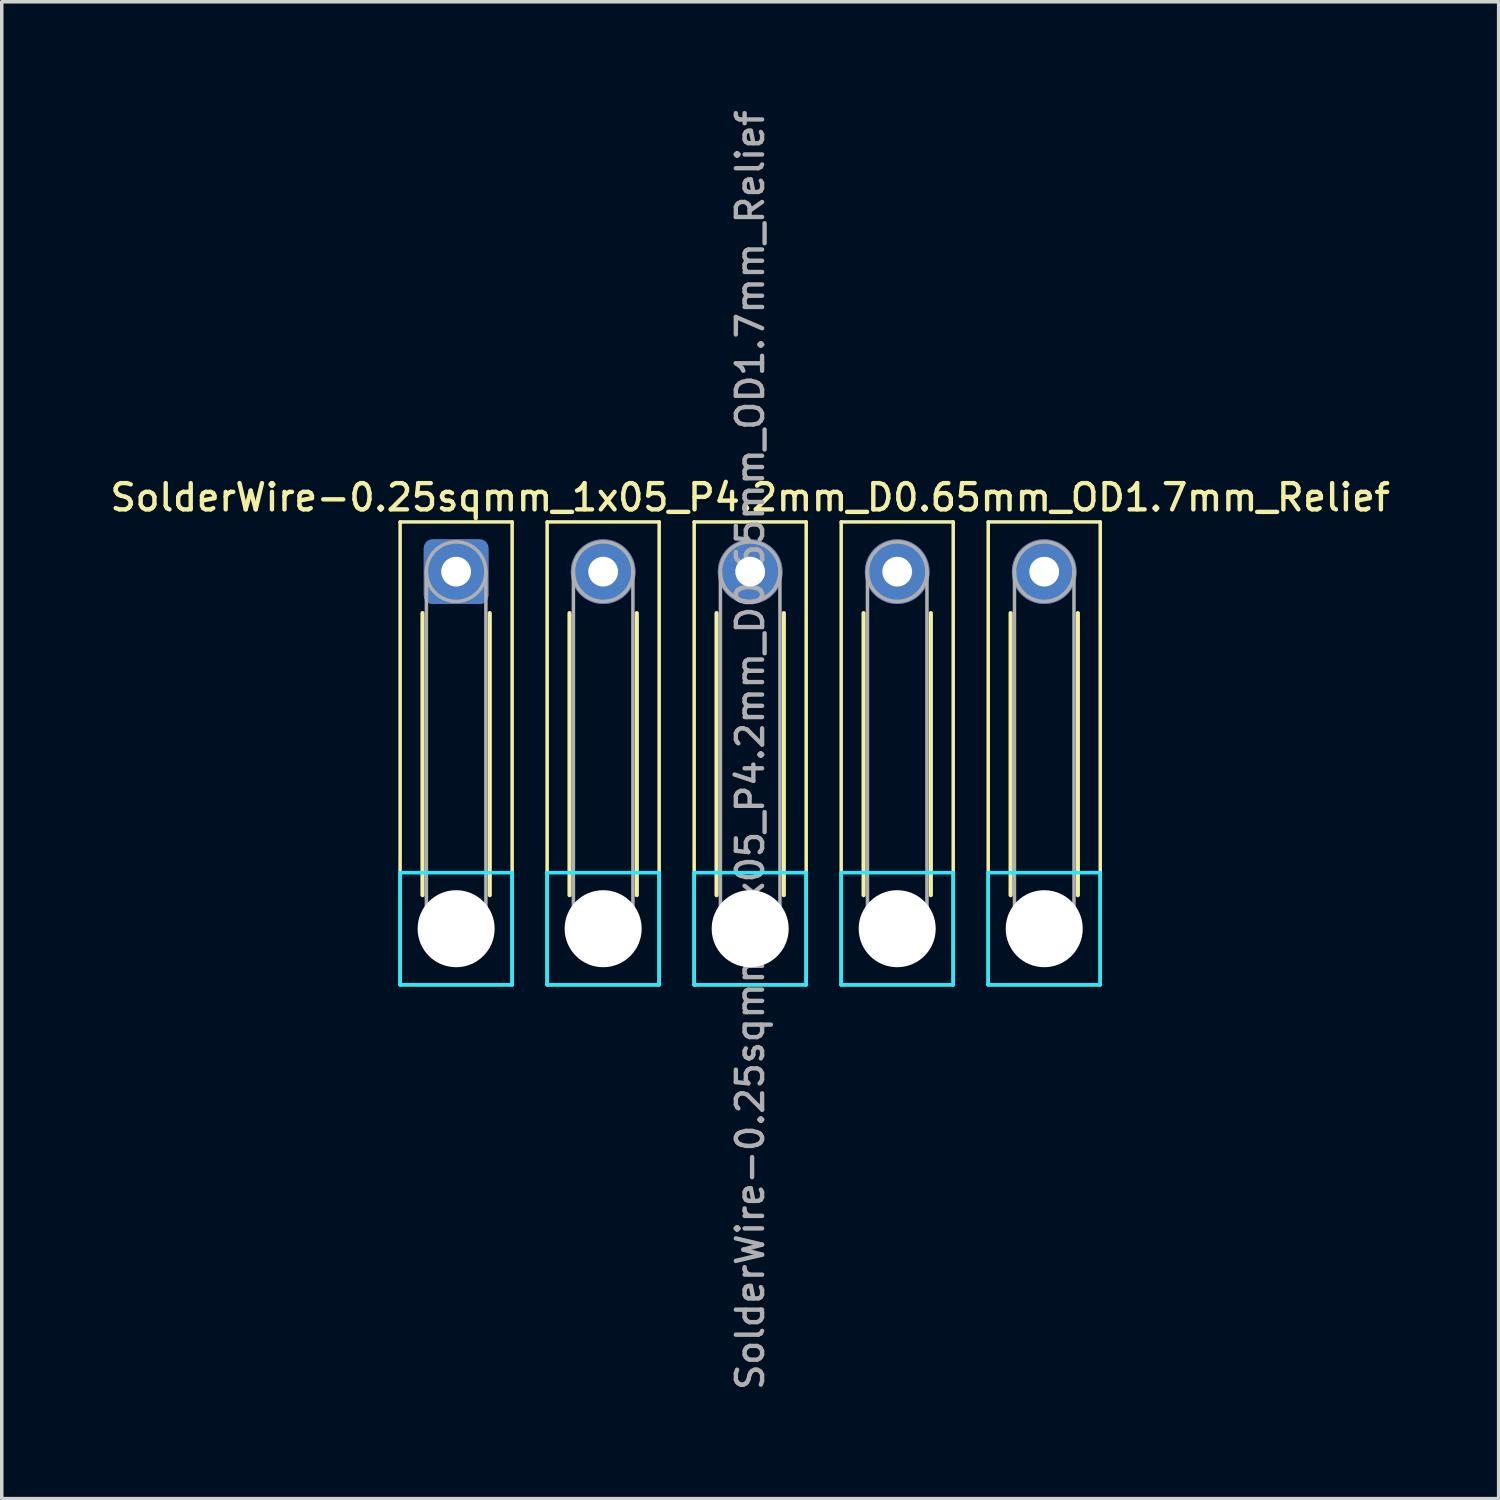
<source format=kicad_pcb>
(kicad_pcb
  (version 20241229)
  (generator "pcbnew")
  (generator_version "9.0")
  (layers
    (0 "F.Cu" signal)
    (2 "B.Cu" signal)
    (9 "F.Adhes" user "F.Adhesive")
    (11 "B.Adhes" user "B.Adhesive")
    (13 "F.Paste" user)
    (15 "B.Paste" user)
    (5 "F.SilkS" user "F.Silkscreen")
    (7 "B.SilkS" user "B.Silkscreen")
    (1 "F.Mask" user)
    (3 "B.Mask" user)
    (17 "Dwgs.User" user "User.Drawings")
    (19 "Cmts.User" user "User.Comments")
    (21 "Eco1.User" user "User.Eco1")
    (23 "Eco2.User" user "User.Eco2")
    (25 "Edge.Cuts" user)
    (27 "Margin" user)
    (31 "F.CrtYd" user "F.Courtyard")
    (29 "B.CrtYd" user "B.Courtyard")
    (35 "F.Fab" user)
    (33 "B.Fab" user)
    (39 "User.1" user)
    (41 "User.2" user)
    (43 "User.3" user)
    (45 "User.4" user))
  (footprint "SolderWire-0.25sqmm_1x05_P4.2mm_D0.65mm_OD1.7mm_Relief"
    (layer "F.Cu")
    (at 9.98 13.28)
    (property "Reference" "SolderWire-0.25sqmm_1x05_P4.2mm_D0.65mm_OD1.7mm_Relief" (at 8.4 -2.12 0) (layer "F.SilkS") (effects (font (size 0.75 0.75) (thickness 0.125))))
    (attr exclude_from_pos_files exclude_from_bom)
    (fp_line (start -1.6 -1.42) (end -1.6 11.8) (stroke (width 0.1) (type solid)) (layer "F.SilkS"))
    (fp_line (start -1.6 11.8) (end 1.6 11.8) (stroke (width 0.1) (type solid)) (layer "F.SilkS"))
    (fp_line (start -0.96 1.185) (end -0.96 9.24) (stroke (width 0.12) (type solid)) (layer "F.SilkS"))
    (fp_line (start 0.96 1.185) (end 0.96 9.24) (stroke (width 0.12) (type solid)) (layer "F.SilkS"))
    (fp_line (start 1.6 -1.42) (end -1.6 -1.42) (stroke (width 0.1) (type solid)) (layer "F.SilkS"))
    (fp_line (start 1.6 11.8) (end 1.6 -1.42) (stroke (width 0.1) (type solid)) (layer "F.SilkS"))
    (fp_line (start 2.6 -1.42) (end 2.6 11.8) (stroke (width 0.1) (type solid)) (layer "F.SilkS"))
    (fp_line (start 2.6 11.8) (end 5.8 11.8) (stroke (width 0.1) (type solid)) (layer "F.SilkS"))
    (fp_line (start 3.24 1.185) (end 3.24 9.24) (stroke (width 0.12) (type solid)) (layer "F.SilkS"))
    (fp_line (start 5.16 1.185) (end 5.16 9.24) (stroke (width 0.12) (type solid)) (layer "F.SilkS"))
    (fp_line (start 5.8 -1.42) (end 2.6 -1.42) (stroke (width 0.1) (type solid)) (layer "F.SilkS"))
    (fp_line (start 5.8 11.8) (end 5.8 -1.42) (stroke (width 0.1) (type solid)) (layer "F.SilkS"))
    (fp_line (start 6.8 -1.42) (end 6.8 11.8) (stroke (width 0.1) (type solid)) (layer "F.SilkS"))
    (fp_line (start 6.8 11.8) (end 10 11.8) (stroke (width 0.1) (type solid)) (layer "F.SilkS"))
    (fp_line (start 7.44 1.185) (end 7.44 9.24) (stroke (width 0.12) (type solid)) (layer "F.SilkS"))
    (fp_line (start 9.36 1.185) (end 9.36 9.24) (stroke (width 0.12) (type solid)) (layer "F.SilkS"))
    (fp_line (start 10 -1.42) (end 6.8 -1.42) (stroke (width 0.1) (type solid)) (layer "F.SilkS"))
    (fp_line (start 10 11.8) (end 10 -1.42) (stroke (width 0.1) (type solid)) (layer "F.SilkS"))
    (fp_line (start 11 -1.42) (end 11 11.8) (stroke (width 0.1) (type solid)) (layer "F.SilkS"))
    (fp_line (start 11 11.8) (end 14.2 11.8) (stroke (width 0.1) (type solid)) (layer "F.SilkS"))
    (fp_line (start 11.64 1.185) (end 11.64 9.24) (stroke (width 0.12) (type solid)) (layer "F.SilkS"))
    (fp_line (start 13.56 1.185) (end 13.56 9.24) (stroke (width 0.12) (type solid)) (layer "F.SilkS"))
    (fp_line (start 14.2 -1.42) (end 11 -1.42) (stroke (width 0.1) (type solid)) (layer "F.SilkS"))
    (fp_line (start 14.2 11.8) (end 14.2 -1.42) (stroke (width 0.1) (type solid)) (layer "F.SilkS"))
    (fp_line (start 15.2 -1.42) (end 15.2 11.8) (stroke (width 0.1) (type solid)) (layer "F.SilkS"))
    (fp_line (start 15.2 11.8) (end 18.4 11.8) (stroke (width 0.1) (type solid)) (layer "F.SilkS"))
    (fp_line (start 15.84 1.185) (end 15.84 9.24) (stroke (width 0.12) (type solid)) (layer "F.SilkS"))
    (fp_line (start 17.76 1.185) (end 17.76 9.24) (stroke (width 0.12) (type solid)) (layer "F.SilkS"))
    (fp_line (start 18.4 -1.42) (end 15.2 -1.42) (stroke (width 0.1) (type solid)) (layer "F.SilkS"))
    (fp_line (start 18.4 11.8) (end 18.4 -1.42) (stroke (width 0.1) (type solid)) (layer "F.SilkS"))
    (fp_line (start -1.6 8.6) (end -1.6 11.8) (stroke (width 0.1) (type solid)) (layer "B.CrtYd"))
    (fp_line (start -1.6 11.8) (end 1.6 11.8) (stroke (width 0.1) (type solid)) (layer "B.CrtYd"))
    (fp_line (start 1.6 8.6) (end -1.6 8.6) (stroke (width 0.1) (type solid)) (layer "B.CrtYd"))
    (fp_line (start 1.6 11.8) (end 1.6 8.6) (stroke (width 0.1) (type solid)) (layer "B.CrtYd"))
    (fp_line (start 2.6 8.6) (end 2.6 11.8) (stroke (width 0.1) (type solid)) (layer "B.CrtYd"))
    (fp_line (start 2.6 11.8) (end 5.8 11.8) (stroke (width 0.1) (type solid)) (layer "B.CrtYd"))
    (fp_line (start 5.8 8.6) (end 2.6 8.6) (stroke (width 0.1) (type solid)) (layer "B.CrtYd"))
    (fp_line (start 5.8 11.8) (end 5.8 8.6) (stroke (width 0.1) (type solid)) (layer "B.CrtYd"))
    (fp_line (start 6.8 8.6) (end 6.8 11.8) (stroke (width 0.1) (type solid)) (layer "B.CrtYd"))
    (fp_line (start 6.8 11.8) (end 10 11.8) (stroke (width 0.1) (type solid)) (layer "B.CrtYd"))
    (fp_line (start 10 8.6) (end 6.8 8.6) (stroke (width 0.1) (type solid)) (layer "B.CrtYd"))
    (fp_line (start 10 11.8) (end 10 8.6) (stroke (width 0.1) (type solid)) (layer "B.CrtYd"))
    (fp_line (start 11 8.6) (end 11 11.8) (stroke (width 0.1) (type solid)) (layer "B.CrtYd"))
    (fp_line (start 11 11.8) (end 14.2 11.8) (stroke (width 0.1) (type solid)) (layer "B.CrtYd"))
    (fp_line (start 14.2 8.6) (end 11 8.6) (stroke (width 0.1) (type solid)) (layer "B.CrtYd"))
    (fp_line (start 14.2 11.8) (end 14.2 8.6) (stroke (width 0.1) (type solid)) (layer "B.CrtYd"))
    (fp_line (start 15.2 8.6) (end 15.2 11.8) (stroke (width 0.1) (type solid)) (layer "B.CrtYd"))
    (fp_line (start 15.2 11.8) (end 18.4 11.8) (stroke (width 0.1) (type solid)) (layer "B.CrtYd"))
    (fp_line (start 18.4 8.6) (end 15.2 8.6) (stroke (width 0.1) (type solid)) (layer "B.CrtYd"))
    (fp_line (start 18.4 11.8) (end 18.4 8.6) (stroke (width 0.1) (type solid)) (layer "B.CrtYd"))
    (fp_line (start -0.85 0) (end -0.85 10.2) (stroke (width 0.1) (type solid)) (layer "F.Fab"))
    (fp_line (start 0.85 0) (end 0.85 10.2) (stroke (width 0.1) (type solid)) (layer "F.Fab"))
    (fp_line (start 3.35 0) (end 3.35 10.2) (stroke (width 0.1) (type solid)) (layer "F.Fab"))
    (fp_line (start 5.05 0) (end 5.05 10.2) (stroke (width 0.1) (type solid)) (layer "F.Fab"))
    (fp_line (start 7.55 0) (end 7.55 10.2) (stroke (width 0.1) (type solid)) (layer "F.Fab"))
    (fp_line (start 9.25 0) (end 9.25 10.2) (stroke (width 0.1) (type solid)) (layer "F.Fab"))
    (fp_line (start 11.75 0) (end 11.75 10.2) (stroke (width 0.1) (type solid)) (layer "F.Fab"))
    (fp_line (start 13.45 0) (end 13.45 10.2) (stroke (width 0.1) (type solid)) (layer "F.Fab"))
    (fp_line (start 15.95 0) (end 15.95 10.2) (stroke (width 0.1) (type solid)) (layer "F.Fab"))
    (fp_line (start 17.65 0) (end 17.65 10.2) (stroke (width 0.1) (type solid)) (layer "F.Fab"))
    (fp_circle (center 0 0) (end 0.85 0) (stroke (width 0.1) (type solid)) (fill no) (layer "F.Fab"))
    (fp_circle (center 0 10.2) (end 0.85 10.2) (stroke (width 0.1) (type solid)) (fill no) (layer "F.Fab"))
    (fp_circle (center 4.2 0) (end 5.05 0) (stroke (width 0.1) (type solid)) (fill no) (layer "F.Fab"))
    (fp_circle (center 4.2 10.2) (end 5.05 10.2) (stroke (width 0.1) (type solid)) (fill no) (layer "F.Fab"))
    (fp_circle (center 8.4 0) (end 9.25 0) (stroke (width 0.1) (type solid)) (fill no) (layer "F.Fab"))
    (fp_circle (center 8.4 10.2) (end 9.25 10.2) (stroke (width 0.1) (type solid)) (fill no) (layer "F.Fab"))
    (fp_circle (center 12.6 0) (end 13.45 0) (stroke (width 0.1) (type solid)) (fill no) (layer "F.Fab"))
    (fp_circle (center 12.6 10.2) (end 13.45 10.2) (stroke (width 0.1) (type solid)) (fill no) (layer "F.Fab"))
    (fp_circle (center 16.8 0) (end 17.65 0) (stroke (width 0.1) (type solid)) (fill no) (layer "F.Fab"))
    (fp_circle (center 16.8 10.2) (end 17.65 10.2) (stroke (width 0.1) (type solid)) (fill no) (layer "F.Fab"))
    (fp_text user "${REFERENCE}" (at 8.4 5.1 90) (layer "F.Fab") (effects (font (size 0.75 0.75) (thickness 0.125))))
    (pad "" np_thru_hole circle (at 0 10.2) (size 2.2 2.2) (drill 2.2) (layers "*.Cu" "*.Mask"))
    (pad "" np_thru_hole circle (at 4.2 10.2) (size 2.2 2.2) (drill 2.2) (layers "*.Cu" "*.Mask"))
    (pad "" np_thru_hole circle (at 8.4 10.2) (size 2.2 2.2) (drill 2.2) (layers "*.Cu" "*.Mask"))
    (pad "" np_thru_hole circle (at 12.6 10.2) (size 2.2 2.2) (drill 2.2) (layers "*.Cu" "*.Mask"))
    (pad "" np_thru_hole circle (at 16.8 10.2) (size 2.2 2.2) (drill 2.2) (layers "*.Cu" "*.Mask"))
    (pad "1" thru_hole roundrect (at 0 0) (size 1.85 1.85) (drill 0.85) (layers "*.Cu" "*.Mask") (roundrect_rratio 0.135))
    (pad "2" thru_hole circle (at 4.2 0) (size 1.85 1.85) (drill 0.85) (layers "*.Cu" "*.Mask"))
    (pad "3" thru_hole circle (at 8.4 0) (size 1.85 1.85) (drill 0.85) (layers "*.Cu" "*.Mask"))
    (pad "4" thru_hole circle (at 12.6 0) (size 1.85 1.85) (drill 0.85) (layers "*.Cu" "*.Mask"))
    (pad "5" thru_hole circle (at 16.8 0) (size 1.85 1.85) (drill 0.85) (layers "*.Cu" "*.Mask")))
  (gr_rect
    (start -3 -3)
    (end 39.761 39.761)
    (stroke (width 0.1) (type default))
    (fill no)
    (layer "Edge.Cuts")))
</source>
